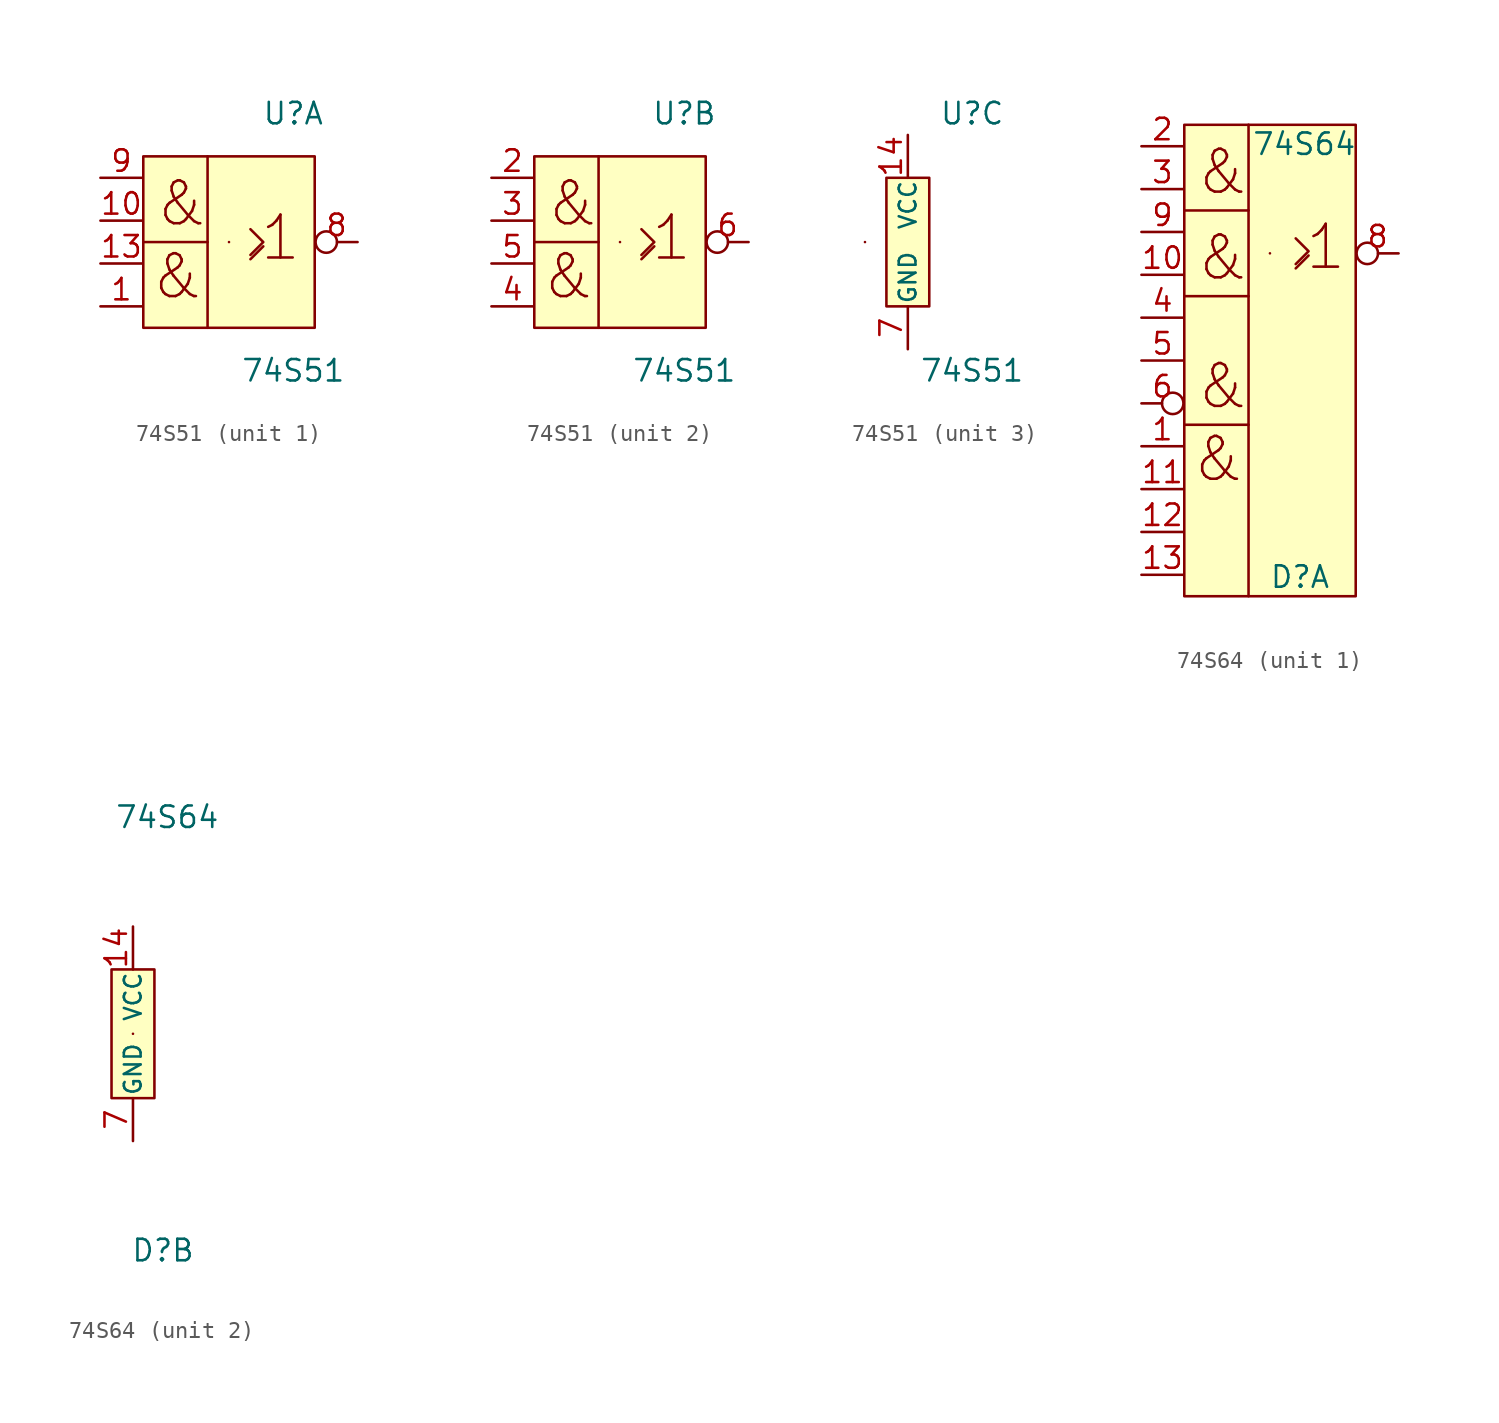
<source format=kicad_sym>
(kicad_symbol_lib
  (version 20241209)
  (generator "kicad_symbol_editor")
  (generator_version "9.0")
  (symbol "74S51"
    (pin_names
      (offset 0.102))
    (property "Reference" "U"
      (at 3.81 7.62 0)
      (effects (font (size 1.27 1.27))))
    (property "Value" "74S51"
      (at 3.81 -7.62 0)
      (effects (font (size 1.27 1.27))))
    (property "ki_locked" ""
      (at 0 0 0)
      (effects (font (size 1.27 1.27))))
    (symbol "74S51_1_1"
      (rectangle (start -5.08 5.08) (end 5.08 -5.08) (stroke (width 0) (type default)) (fill (type background)))
      (polyline (pts (xy -1.27 5.08) (xy -1.27 0) (xy -5.08 0) (xy -5.08 0)) (stroke (width 0) (type default)) (fill (type none)))
      (polyline (pts (xy -1.27 0) (xy -1.27 -5.08)) (stroke (width 0) (type default)) (fill (type none)))
      (rectangle (start 0 0) (end 0 0) (stroke (width 0) (type default)) (fill (type none)))
      (polyline (pts (xy 1.27 0.762) (xy 2.032 0) (xy 1.27 -0.762) (xy 1.27 -0.762)) (stroke (width 0) (type default)) (fill (type none)))
      (polyline (pts (xy 1.27 -1.016) (xy 2.032 -0.254) (xy 2.032 -0.254)) (stroke (width 0) (type default)) (fill (type none)))
      (text "&" (at -3.048 -2.032 0) (effects (font (size 2.54 2.54))))
      (text "&" (at -2.794 2.286 0) (effects (font (size 2.54 2.54))))
      (text "1" (at 3.048 0.254 0) (effects (font (size 2.54 2.54))))
      (pin input line (at -7.62 3.81 0) (length 2.489) (name "~" (effects (font (size 1.27 1.27)))) (number "9" (effects (font (size 1.27 1.27)))))
      (pin input line (at -7.62 1.27 0) (length 2.489) (name "~" (effects (font (size 1.27 1.27)))) (number "10" (effects (font (size 1.27 1.27)))))
      (pin input line (at -7.62 -1.27 0) (length 2.489) (name "~" (effects (font (size 1.27 1.27)))) (number "13" (effects (font (size 1.27 1.27)))))
      (pin input line (at -7.62 -3.81 0) (length 2.489) (name "~" (effects (font (size 1.27 1.27)))) (number "1" (effects (font (size 1.27 1.27)))))
      (pin output inverted (at 7.62 0 180) (length 2.489) (name "~" (effects (font (size 1.27 1.27)))) (number "8" (effects (font (size 1.27 1.27))))))
    (symbol "74S51_2_1"
      (rectangle (start -5.08 5.08) (end 5.08 -5.08) (stroke (width 0) (type default)) (fill (type background)))
      (polyline (pts (xy -1.27 5.08) (xy -1.27 0) (xy -5.08 0) (xy -5.08 0)) (stroke (width 0) (type default)) (fill (type none)))
      (polyline (pts (xy -1.27 0) (xy -1.27 -5.08)) (stroke (width 0) (type default)) (fill (type none)))
      (rectangle (start 0 0) (end 0 0) (stroke (width 0) (type default)) (fill (type none)))
      (polyline (pts (xy 1.27 0.762) (xy 2.032 0) (xy 1.27 -0.762) (xy 1.27 -0.762)) (stroke (width 0) (type default)) (fill (type none)))
      (polyline (pts (xy 1.27 -1.016) (xy 2.032 -0.254) (xy 2.032 -0.254)) (stroke (width 0) (type default)) (fill (type none)))
      (text "&" (at -3.048 -2.032 0) (effects (font (size 2.54 2.54))))
      (text "&" (at -2.794 2.286 0) (effects (font (size 2.54 2.54))))
      (text "1" (at 3.048 0.254 0) (effects (font (size 2.54 2.54))))
      (pin input line (at -7.62 3.81 0) (length 2.489) (name "~" (effects (font (size 1.27 1.27)))) (number "2" (effects (font (size 1.27 1.27)))))
      (pin input line (at -7.62 1.27 0) (length 2.489) (name "~" (effects (font (size 1.27 1.27)))) (number "3" (effects (font (size 1.27 1.27)))))
      (pin input line (at -7.62 -1.27 0) (length 2.489) (name "~" (effects (font (size 1.27 1.27)))) (number "5" (effects (font (size 1.27 1.27)))))
      (pin input line (at -7.62 -3.81 0) (length 2.489) (name "~" (effects (font (size 1.27 1.27)))) (number "4" (effects (font (size 1.27 1.27)))))
      (pin output inverted (at 7.62 0 180) (length 2.489) (name "~" (effects (font (size 1.27 1.27)))) (number "6" (effects (font (size 1.27 1.27))))))
    (symbol "74S51_3_1"
      (rectangle (start -2.54 0) (end -2.54 0) (stroke (width 0) (type default)) (fill (type none)))
      (rectangle (start -1.27 3.81) (end 1.27 -3.81) (stroke (width 0) (type default)) (fill (type background)))
      (pin power_in line (at 0 6.35 270) (length 2.54) (name "VCC" (effects (font (size 0.991 0.991)))) (number "14" (effects (font (size 1.27 1.27)))))
      (pin power_in line (at 0 -6.35 90) (length 2.54) (name "GND" (effects (font (size 0.991 0.991)))) (number "7" (effects (font (size 1.27 1.27)))))))
  (symbol "74S64"
    (pin_names
      (offset 0.102))
    (property "Reference" "D"
      (at 1.778 -12.827 0)
      (effects (font (size 1.27 1.27))))
    (property "Value" "74S64"
      (at 2.032 12.827 0)
      (effects (font (size 1.27 1.27))))
    (property "ki_locked" ""
      (at 0 0 0)
      (effects (font (size 1.27 1.27))))
    (symbol "74S64_1_1"
      (rectangle (start -5.08 13.97) (end 5.08 -13.97) (stroke (width 0) (type default)) (fill (type background)))
      (polyline (pts (xy -1.272 13.973) (xy -1.272 8.893) (xy -5.082 8.893) (xy -5.082 8.893)) (stroke (width 0) (type default)) (fill (type none)))
      (polyline (pts (xy -1.272 8.893) (xy -1.272 3.813) (xy -5.082 3.813) (xy -5.082 3.813)) (stroke (width 0) (type default)) (fill (type none)))
      (polyline (pts (xy -1.272 3.813) (xy -1.272 -3.807) (xy -5.082 -3.807) (xy -5.082 -3.807)) (stroke (width 0) (type default)) (fill (type none)))
      (polyline (pts (xy -1.272 -3.807) (xy -1.272 -13.967)) (stroke (width 0) (type default)) (fill (type none)))
      (rectangle (start -0.003 6.353) (end -0.003 6.353) (stroke (width 0) (type default)) (fill (type none)))
      (polyline (pts (xy 1.524 7.239) (xy 2.286 6.477) (xy 1.524 5.715) (xy 1.524 5.715)) (stroke (width 0) (type default)) (fill (type none)))
      (polyline (pts (xy 1.524 5.461) (xy 2.286 6.223) (xy 2.286 6.223)) (stroke (width 0) (type default)) (fill (type none)))
      (text "&" (at -3.05 -5.839 0) (effects (font (size 2.54 2.54))))
      (text "&" (at -2.796 11.179 0) (effects (font (size 2.54 2.54))))
      (text "&" (at -2.796 6.099 0) (effects (font (size 2.54 2.54))))
      (text "&" (at -2.796 -1.521 0) (effects (font (size 2.54 2.54))))
      (text "1" (at 3.302 6.731 0) (effects (font (size 2.54 2.54))))
      (pin input line (at -7.62 12.7 0) (length 2.489) (name "~" (effects (font (size 1.27 1.27)))) (number "2" (effects (font (size 1.27 1.27)))))
      (pin input line (at -7.62 10.16 0) (length 2.489) (name "~" (effects (font (size 1.27 1.27)))) (number "3" (effects (font (size 1.27 1.27)))))
      (pin input line (at -7.62 7.62 0) (length 2.489) (name "~" (effects (font (size 1.27 1.27)))) (number "9" (effects (font (size 1.27 1.27)))))
      (pin input line (at -7.62 5.08 0) (length 2.489) (name "~" (effects (font (size 1.27 1.27)))) (number "10" (effects (font (size 1.27 1.27)))))
      (pin input line (at -7.62 2.54 0) (length 2.489) (name "~" (effects (font (size 1.27 1.27)))) (number "4" (effects (font (size 1.27 1.27)))))
      (pin input line (at -7.62 0 0) (length 2.489) (name "~" (effects (font (size 1.27 1.27)))) (number "5" (effects (font (size 1.27 1.27)))))
      (pin input inverted (at -7.62 -2.54 0) (length 2.489) (name "~" (effects (font (size 1.27 1.27)))) (number "6" (effects (font (size 1.27 1.27)))))
      (pin input line (at -7.62 -5.08 0) (length 2.489) (name "~" (effects (font (size 1.27 1.27)))) (number "1" (effects (font (size 1.27 1.27)))))
      (pin input line (at -7.62 -7.62 0) (length 2.489) (name "~" (effects (font (size 1.27 1.27)))) (number "11" (effects (font (size 1.27 1.27)))))
      (pin input line (at -7.62 -10.16 0) (length 2.489) (name "~" (effects (font (size 1.27 1.27)))) (number "12" (effects (font (size 1.27 1.27)))))
      (pin input line (at -7.62 -12.7 0) (length 2.489) (name "~" (effects (font (size 1.27 1.27)))) (number "13" (effects (font (size 1.27 1.27)))))
      (pin output inverted (at 7.62 6.35 180) (length 2.489) (name "~" (effects (font (size 1.27 1.27)))) (number "8" (effects (font (size 1.27 1.27))))))
    (symbol "74S64_2_1"
      (rectangle (start -1.27 3.81) (end 1.27 -3.81) (stroke (width 0) (type default)) (fill (type background)))
      (rectangle (start 0 0) (end 0 0) (stroke (width 0) (type default)) (fill (type none)))
      (pin power_in line (at 0 6.35 270) (length 2.54) (name "VCC" (effects (font (size 0.991 0.991)))) (number "14" (effects (font (size 1.27 1.27)))))
      (pin power_in line (at 0 -6.35 90) (length 2.54) (name "GND" (effects (font (size 0.991 0.991)))) (number "7" (effects (font (size 1.27 1.27))))))))
</source>
